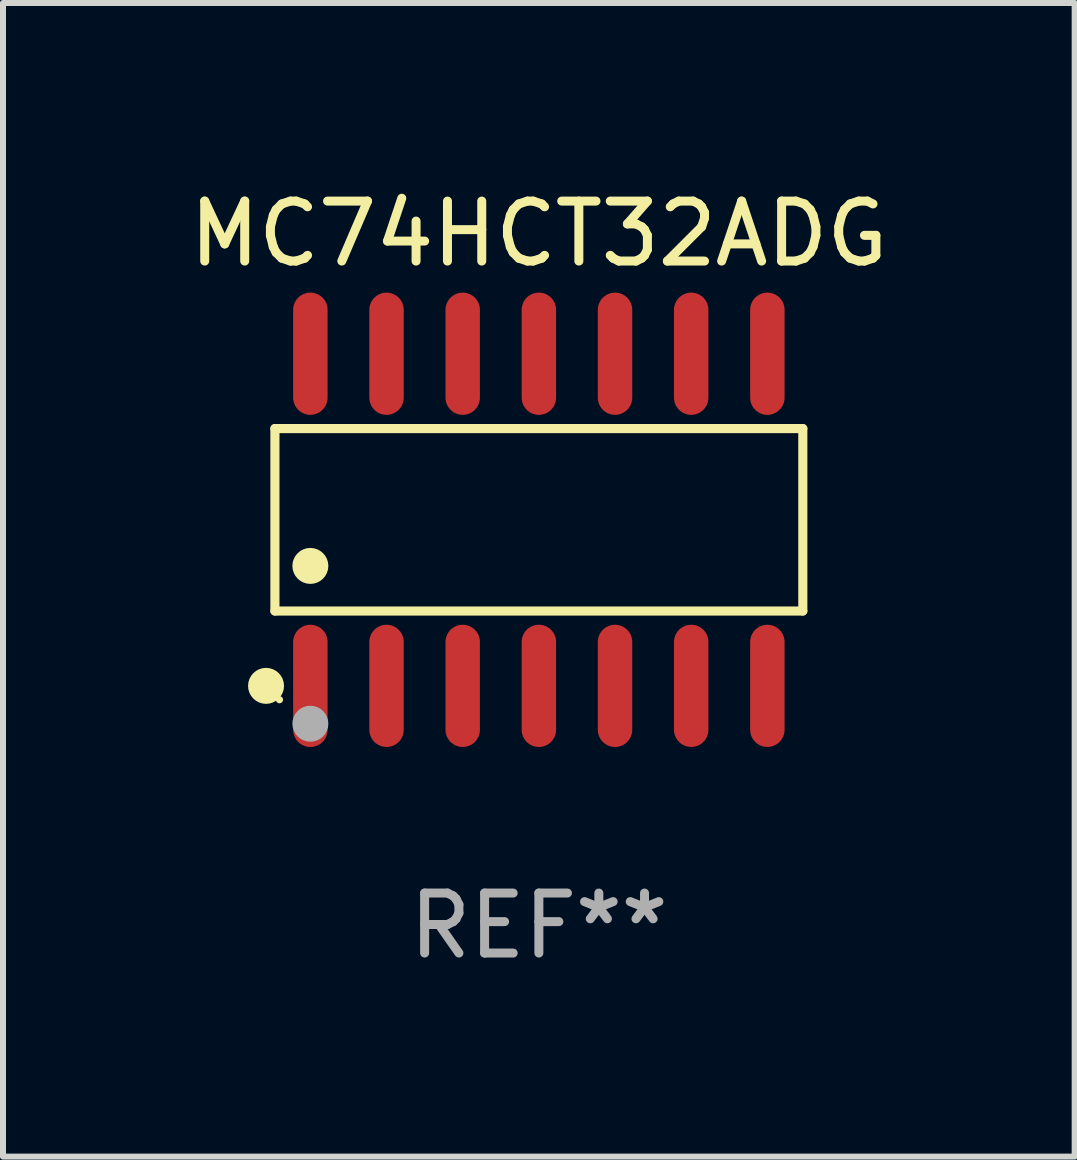
<source format=kicad_pcb>
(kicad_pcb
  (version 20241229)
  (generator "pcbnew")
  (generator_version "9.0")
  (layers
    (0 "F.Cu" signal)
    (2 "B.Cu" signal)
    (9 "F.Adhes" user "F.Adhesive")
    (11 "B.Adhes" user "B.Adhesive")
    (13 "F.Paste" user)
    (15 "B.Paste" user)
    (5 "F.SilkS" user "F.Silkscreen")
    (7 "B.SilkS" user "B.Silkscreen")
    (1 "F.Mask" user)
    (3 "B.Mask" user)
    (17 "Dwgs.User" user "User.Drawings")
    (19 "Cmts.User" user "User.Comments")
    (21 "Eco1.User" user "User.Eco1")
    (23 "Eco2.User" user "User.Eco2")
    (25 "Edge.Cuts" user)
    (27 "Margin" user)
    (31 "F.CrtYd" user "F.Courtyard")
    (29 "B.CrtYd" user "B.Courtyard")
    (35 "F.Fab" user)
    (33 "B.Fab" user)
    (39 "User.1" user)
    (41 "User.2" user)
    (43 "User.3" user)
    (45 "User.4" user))
  (footprint "MC74HCT32ADG"
    (layer "F.Cu")
    (at 5.935 5.617)
    (property "Reference" "MC74HCT32ADG" (at 0 -4.769 0) (layer "F.SilkS") (effects (font (size 1 1) (thickness 0.15))))
    (attr through_hole)
    (fp_line (start -4.401 -1.521) (end 4.401 -1.521) (stroke (width 0.152) (type solid)) (layer "F.SilkS"))
    (fp_line (start -4.401 1.521) (end -4.401 -1.521) (stroke (width 0.152) (type solid)) (layer "F.SilkS"))
    (fp_line (start 4.401 -1.521) (end 4.401 1.521) (stroke (width 0.152) (type solid)) (layer "F.SilkS"))
    (fp_line (start 4.401 1.521) (end -4.401 1.521) (stroke (width 0.152) (type solid)) (layer "F.SilkS"))
    (fp_circle (center -4.549 2.769) (end -4.399 2.769) (stroke (width 0.3) (type solid)) (fill no) (layer "F.SilkS"))
    (fp_circle (center -4.325 3) (end -4.295 3) (stroke (width 0.06) (type solid)) (fill no) (layer "F.SilkS"))
    (fp_circle (center -3.81 0.769) (end -3.66 0.769) (stroke (width 0.3) (type solid)) (fill no) (layer "F.SilkS"))
    (fp_circle (center -3.81 3.4) (end -3.66 3.4) (stroke (width 0.3) (type solid)) (fill no) (layer "F.Fab"))
    (fp_text user "REF**" (at 0 6.769 0) (layer "F.Fab") (effects (font (size 1 1) (thickness 0.15))))
    (pad "1" smd oval (at -3.81 2.769) (size 0.574 2.038) (layers "F.Cu" "F.Mask" "F.Paste"))
    (pad "2" smd oval (at -2.54 2.769) (size 0.574 2.038) (layers "F.Cu" "F.Mask" "F.Paste"))
    (pad "3" smd oval (at -1.27 2.769) (size 0.574 2.038) (layers "F.Cu" "F.Mask" "F.Paste"))
    (pad "4" smd oval (at 0 2.769) (size 0.574 2.038) (layers "F.Cu" "F.Mask" "F.Paste"))
    (pad "5" smd oval (at 1.27 2.769) (size 0.574 2.038) (layers "F.Cu" "F.Mask" "F.Paste"))
    (pad "6" smd oval (at 2.54 2.769) (size 0.574 2.038) (layers "F.Cu" "F.Mask" "F.Paste"))
    (pad "7" smd oval (at 3.81 2.769) (size 0.574 2.038) (layers "F.Cu" "F.Mask" "F.Paste"))
    (pad "8" smd oval (at 3.81 -2.769) (size 0.574 2.038) (layers "F.Cu" "F.Mask" "F.Paste"))
    (pad "9" smd oval (at 2.54 -2.769) (size 0.574 2.038) (layers "F.Cu" "F.Mask" "F.Paste"))
    (pad "10" smd oval (at 1.27 -2.769) (size 0.574 2.038) (layers "F.Cu" "F.Mask" "F.Paste"))
    (pad "11" smd oval (at 0 -2.769) (size 0.574 2.038) (layers "F.Cu" "F.Mask" "F.Paste"))
    (pad "12" smd oval (at -1.27 -2.769) (size 0.574 2.038) (layers "F.Cu" "F.Mask" "F.Paste"))
    (pad "13" smd oval (at -2.54 -2.769) (size 0.574 2.038) (layers "F.Cu" "F.Mask" "F.Paste"))
    (pad "14" smd oval (at -3.81 -2.769) (size 0.574 2.038) (layers "F.Cu" "F.Mask" "F.Paste")))
  (gr_rect
    (start -3 -3)
    (end 14.869 16.235)
    (stroke (width 0.1) (type default))
    (fill no)
    (layer "Edge.Cuts")))
</source>
